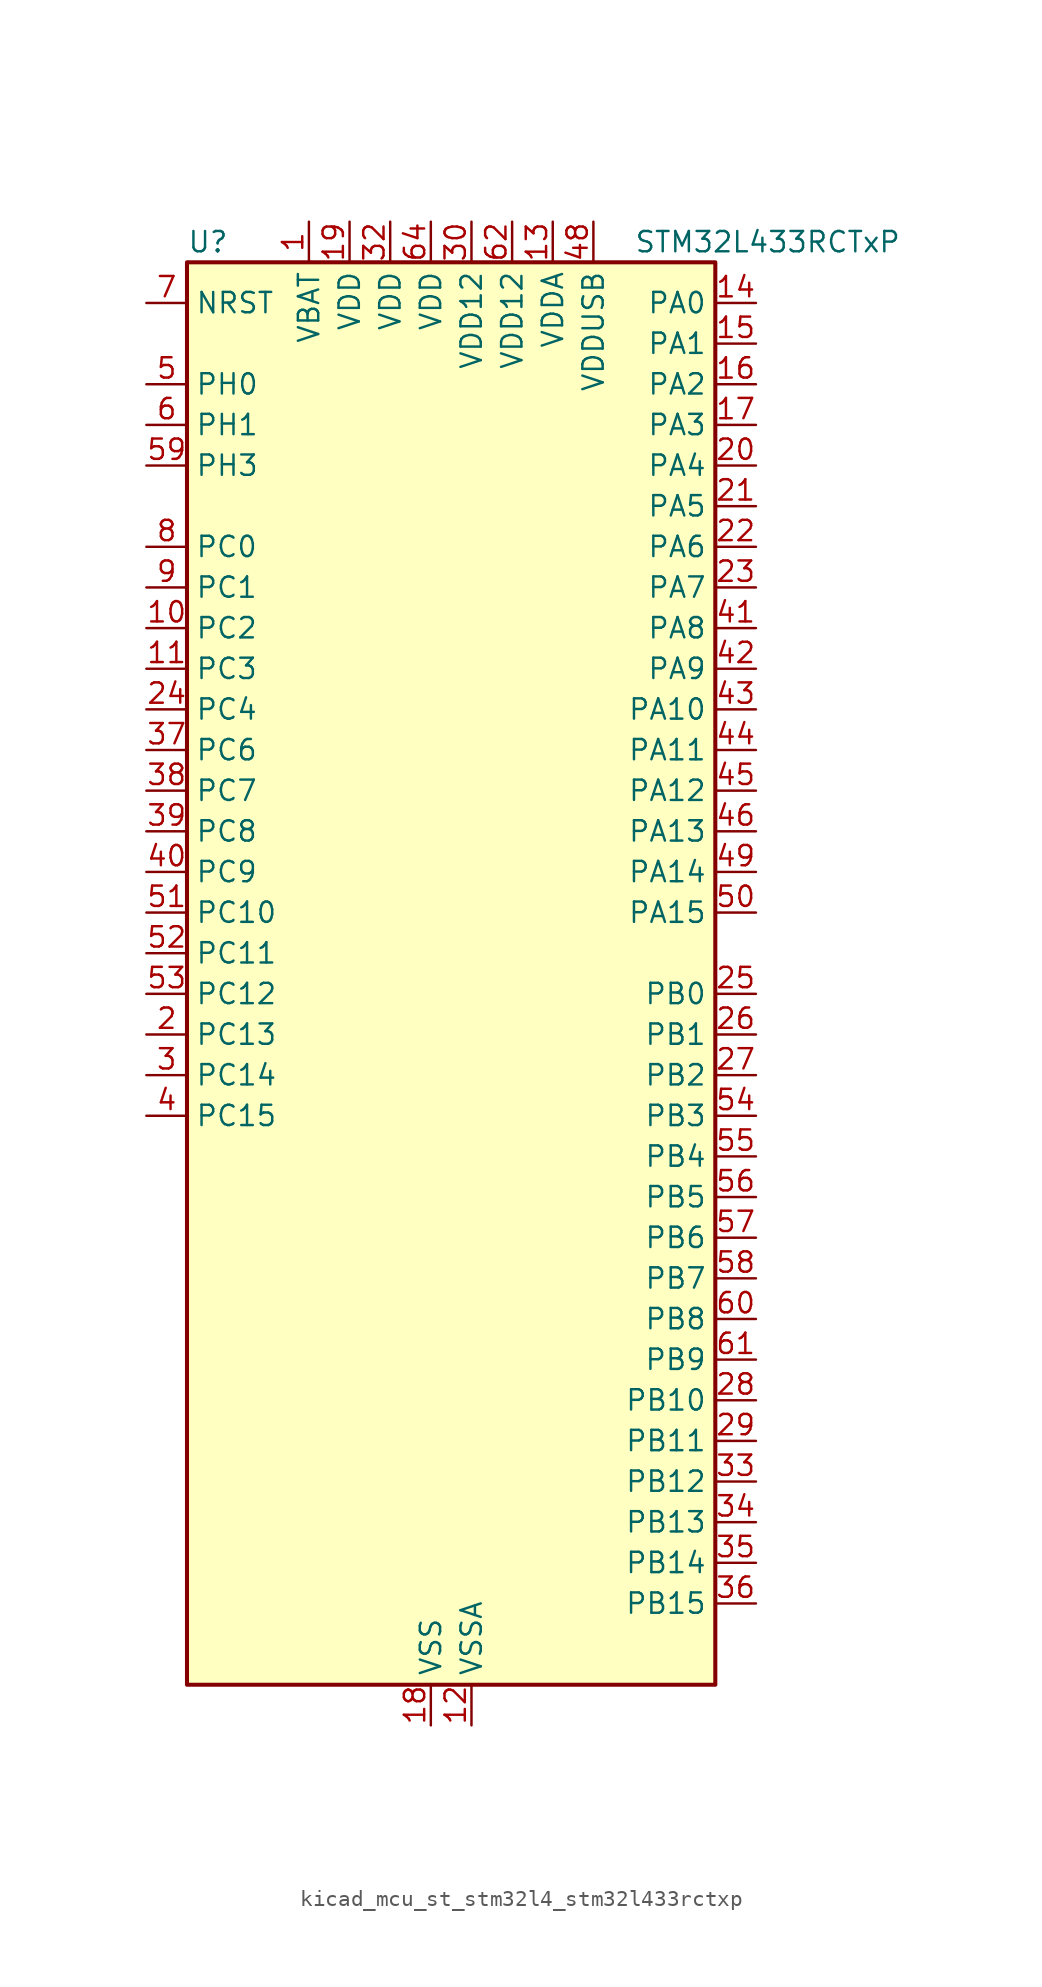
<source format=kicad_sym>
(kicad_symbol_lib
  (version 20220914)
  (generator kicad_symbol_editor)
  (symbol "kicad_mcu_st_stm32l4_stm32l433rctxp"
    (property "Reference" "U"
      (at -15.24 46.99 0)
      (effects (font (size 1.27 1.27)) (justify left)))
    (property "Value" "STM32L433RCTxP"
      (at 12.7 46.99 0)
      (effects (font (size 1.27 1.27)) (justify left)))
    (property "ki_locked" ""
      (at 0 0 0)
      (effects (font (size 1.27 1.27))))
    (symbol "kicad_mcu_st_stm32l4_stm32l433rctxp_0_1"
      (rectangle (start -15.24 -43.18) (end 17.78 45.72) (stroke (width 0.254) (type default)) (fill (type background))))
    (symbol "kicad_mcu_st_stm32l4_stm32l433rctxp_1_1"
      (pin power_in line (at -7.62 48.26 270) (length 2.54) (name "VBAT" (effects (font (size 1.27 1.27)))) (number "1" (effects (font (size 1.27 1.27)))))
      (pin bidirectional line (at -17.78 22.86 0) (length 2.54) (name "PC2" (effects (font (size 1.27 1.27)))) (number "10" (effects (font (size 1.27 1.27)))) (alternate "ADC1_IN3" bidirectional line) (alternate "LCD_SEG20" bidirectional line) (alternate "LPTIM1_IN2" bidirectional line) (alternate "SPI2_MISO" bidirectional line))
      (pin bidirectional line (at -17.78 20.32 0) (length 2.54) (name "PC3" (effects (font (size 1.27 1.27)))) (number "11" (effects (font (size 1.27 1.27)))) (alternate "ADC1_IN4" bidirectional line) (alternate "LCD_VLCD" bidirectional line) (alternate "LPTIM1_ETR" bidirectional line) (alternate "LPTIM2_ETR" bidirectional line) (alternate "SAI1_SD_A" bidirectional line) (alternate "SPI2_MOSI" bidirectional line))
      (pin power_in line (at 2.54 -45.72 90) (length 2.54) (name "VSSA" (effects (font (size 1.27 1.27)))) (number "12" (effects (font (size 1.27 1.27)))))
      (pin power_in line (at 7.62 48.26 270) (length 2.54) (name "VDDA" (effects (font (size 1.27 1.27)))) (number "13" (effects (font (size 1.27 1.27)))))
      (pin bidirectional line (at 20.32 43.18 180) (length 2.54) (name "PA0" (effects (font (size 1.27 1.27)))) (number "14" (effects (font (size 1.27 1.27)))) (alternate "ADC1_IN5" bidirectional line) (alternate "COMP1_INM" bidirectional line) (alternate "COMP1_OUT" bidirectional line) (alternate "OPAMP1_VINP" bidirectional line) (alternate "RTC_TAMP2" bidirectional line) (alternate "SAI1_EXTCLK" bidirectional line) (alternate "SYS_WKUP1" bidirectional line) (alternate "TIM2_CH1" bidirectional line) (alternate "TIM2_ETR" bidirectional line) (alternate "USART2_CTS" bidirectional line))
      (pin bidirectional line (at 20.32 40.64 180) (length 2.54) (name "PA1" (effects (font (size 1.27 1.27)))) (number "15" (effects (font (size 1.27 1.27)))) (alternate "ADC1_IN6" bidirectional line) (alternate "COMP1_INP" bidirectional line) (alternate "I2C1_SMBA" bidirectional line) (alternate "LCD_SEG0" bidirectional line) (alternate "OPAMP1_VINM" bidirectional line) (alternate "SPI1_SCK" bidirectional line) (alternate "TIM15_CH1N" bidirectional line) (alternate "TIM2_CH2" bidirectional line) (alternate "USART2_DE" bidirectional line) (alternate "USART2_RTS" bidirectional line))
      (pin bidirectional line (at 20.32 38.1 180) (length 2.54) (name "PA2" (effects (font (size 1.27 1.27)))) (number "16" (effects (font (size 1.27 1.27)))) (alternate "ADC1_IN7" bidirectional line) (alternate "COMP2_INM" bidirectional line) (alternate "COMP2_OUT" bidirectional line) (alternate "LCD_SEG1" bidirectional line) (alternate "LPUART1_TX" bidirectional line) (alternate "QUADSPI_BK1_NCS" bidirectional line) (alternate "RCC_LSCO" bidirectional line) (alternate "SYS_WKUP4" bidirectional line) (alternate "TIM15_CH1" bidirectional line) (alternate "TIM2_CH3" bidirectional line) (alternate "USART2_TX" bidirectional line))
      (pin bidirectional line (at 20.32 35.56 180) (length 2.54) (name "PA3" (effects (font (size 1.27 1.27)))) (number "17" (effects (font (size 1.27 1.27)))) (alternate "ADC1_IN8" bidirectional line) (alternate "COMP2_INP" bidirectional line) (alternate "LCD_SEG2" bidirectional line) (alternate "LPUART1_RX" bidirectional line) (alternate "OPAMP1_VOUT" bidirectional line) (alternate "QUADSPI_CLK" bidirectional line) (alternate "SAI1_MCLK_A" bidirectional line) (alternate "TIM15_CH2" bidirectional line) (alternate "TIM2_CH4" bidirectional line) (alternate "USART2_RX" bidirectional line))
      (pin power_in line (at 0 -45.72 90) (length 2.54) (name "VSS" (effects (font (size 1.27 1.27)))) (number "18" (effects (font (size 1.27 1.27)))))
      (pin power_in line (at -5.08 48.26 270) (length 2.54) (name "VDD" (effects (font (size 1.27 1.27)))) (number "19" (effects (font (size 1.27 1.27)))))
      (pin bidirectional line (at -17.78 -2.54 0) (length 2.54) (name "PC13" (effects (font (size 1.27 1.27)))) (number "2" (effects (font (size 1.27 1.27)))) (alternate "RTC_OUT_ALARM" bidirectional line) (alternate "RTC_OUT_CALIB" bidirectional line) (alternate "RTC_TAMP1" bidirectional line) (alternate "RTC_TS" bidirectional line) (alternate "SYS_WKUP2" bidirectional line))
      (pin bidirectional line (at 20.32 33.02 180) (length 2.54) (name "PA4" (effects (font (size 1.27 1.27)))) (number "20" (effects (font (size 1.27 1.27)))) (alternate "ADC1_IN9" bidirectional line) (alternate "COMP1_INM" bidirectional line) (alternate "COMP2_INM" bidirectional line) (alternate "DAC1_OUT1" bidirectional line) (alternate "LPTIM2_OUT" bidirectional line) (alternate "SAI1_FS_B" bidirectional line) (alternate "SPI1_NSS" bidirectional line) (alternate "SPI3_NSS" bidirectional line) (alternate "USART2_CK" bidirectional line))
      (pin bidirectional line (at 20.32 30.48 180) (length 2.54) (name "PA5" (effects (font (size 1.27 1.27)))) (number "21" (effects (font (size 1.27 1.27)))) (alternate "ADC1_IN10" bidirectional line) (alternate "COMP1_INM" bidirectional line) (alternate "COMP2_INM" bidirectional line) (alternate "DAC1_OUT2" bidirectional line) (alternate "LPTIM2_ETR" bidirectional line) (alternate "SPI1_SCK" bidirectional line) (alternate "TIM2_CH1" bidirectional line) (alternate "TIM2_ETR" bidirectional line))
      (pin bidirectional line (at 20.32 27.94 180) (length 2.54) (name "PA6" (effects (font (size 1.27 1.27)))) (number "22" (effects (font (size 1.27 1.27)))) (alternate "ADC1_IN11" bidirectional line) (alternate "COMP1_OUT" bidirectional line) (alternate "LCD_SEG3" bidirectional line) (alternate "LPUART1_CTS" bidirectional line) (alternate "QUADSPI_BK1_IO3" bidirectional line) (alternate "SPI1_MISO" bidirectional line) (alternate "TIM16_CH1" bidirectional line) (alternate "TIM1_BKIN" bidirectional line) (alternate "TIM1_BKIN_COMP2" bidirectional line) (alternate "USART3_CTS" bidirectional line))
      (pin bidirectional line (at 20.32 25.4 180) (length 2.54) (name "PA7" (effects (font (size 1.27 1.27)))) (number "23" (effects (font (size 1.27 1.27)))) (alternate "ADC1_IN12" bidirectional line) (alternate "COMP2_OUT" bidirectional line) (alternate "I2C3_SCL" bidirectional line) (alternate "LCD_SEG4" bidirectional line) (alternate "QUADSPI_BK1_IO2" bidirectional line) (alternate "SPI1_MOSI" bidirectional line) (alternate "TIM1_CH1N" bidirectional line))
      (pin bidirectional line (at -17.78 17.78 0) (length 2.54) (name "PC4" (effects (font (size 1.27 1.27)))) (number "24" (effects (font (size 1.27 1.27)))) (alternate "ADC1_IN13" bidirectional line) (alternate "COMP1_INM" bidirectional line) (alternate "LCD_SEG22" bidirectional line) (alternate "USART3_TX" bidirectional line))
      (pin bidirectional line (at 20.32 0 180) (length 2.54) (name "PB0" (effects (font (size 1.27 1.27)))) (number "25" (effects (font (size 1.27 1.27)))) (alternate "ADC1_IN15" bidirectional line) (alternate "COMP1_OUT" bidirectional line) (alternate "LCD_SEG5" bidirectional line) (alternate "QUADSPI_BK1_IO1" bidirectional line) (alternate "SAI1_EXTCLK" bidirectional line) (alternate "SPI1_NSS" bidirectional line) (alternate "TIM1_CH2N" bidirectional line) (alternate "USART3_CK" bidirectional line))
      (pin bidirectional line (at 20.32 -2.54 180) (length 2.54) (name "PB1" (effects (font (size 1.27 1.27)))) (number "26" (effects (font (size 1.27 1.27)))) (alternate "ADC1_IN16" bidirectional line) (alternate "COMP1_INM" bidirectional line) (alternate "LCD_SEG6" bidirectional line) (alternate "LPTIM2_IN1" bidirectional line) (alternate "LPUART1_DE" bidirectional line) (alternate "LPUART1_RTS" bidirectional line) (alternate "QUADSPI_BK1_IO0" bidirectional line) (alternate "TIM1_CH3N" bidirectional line) (alternate "USART3_DE" bidirectional line) (alternate "USART3_RTS" bidirectional line))
      (pin bidirectional line (at 20.32 -5.08 180) (length 2.54) (name "PB2" (effects (font (size 1.27 1.27)))) (number "27" (effects (font (size 1.27 1.27)))) (alternate "COMP1_INP" bidirectional line) (alternate "I2C3_SMBA" bidirectional line) (alternate "LCD_VLCD" bidirectional line) (alternate "LPTIM1_OUT" bidirectional line) (alternate "RTC_OUT_ALARM" bidirectional line) (alternate "RTC_OUT_CALIB" bidirectional line))
      (pin bidirectional line (at 20.32 -25.4 180) (length 2.54) (name "PB10" (effects (font (size 1.27 1.27)))) (number "28" (effects (font (size 1.27 1.27)))) (alternate "COMP1_OUT" bidirectional line) (alternate "I2C2_SCL" bidirectional line) (alternate "LCD_SEG10" bidirectional line) (alternate "LPUART1_RX" bidirectional line) (alternate "QUADSPI_CLK" bidirectional line) (alternate "SAI1_SCK_A" bidirectional line) (alternate "SPI2_SCK" bidirectional line) (alternate "TIM2_CH3" bidirectional line) (alternate "TSC_SYNC" bidirectional line) (alternate "USART3_TX" bidirectional line))
      (pin bidirectional line (at 20.32 -27.94 180) (length 2.54) (name "PB11" (effects (font (size 1.27 1.27)))) (number "29" (effects (font (size 1.27 1.27)))) (alternate "ADC1_EXTI11" bidirectional line) (alternate "COMP2_OUT" bidirectional line) (alternate "I2C2_SDA" bidirectional line) (alternate "LCD_SEG11" bidirectional line) (alternate "LPUART1_TX" bidirectional line) (alternate "QUADSPI_BK1_NCS" bidirectional line) (alternate "TIM2_CH4" bidirectional line) (alternate "USART3_RX" bidirectional line))
      (pin bidirectional line (at -17.78 -5.08 0) (length 2.54) (name "PC14" (effects (font (size 1.27 1.27)))) (number "3" (effects (font (size 1.27 1.27)))) (alternate "RCC_OSC32_IN" bidirectional line))
      (pin power_in line (at 2.54 48.26 270) (length 2.54) (name "VDD12" (effects (font (size 1.27 1.27)))) (number "30" (effects (font (size 1.27 1.27)))))
      (pin passive line (at 0 -45.72 90) (length 2.54) hide (name "VSS" (effects (font (size 1.27 1.27)))) (number "31" (effects (font (size 1.27 1.27)))))
      (pin power_in line (at -2.54 48.26 270) (length 2.54) (name "VDD" (effects (font (size 1.27 1.27)))) (number "32" (effects (font (size 1.27 1.27)))))
      (pin bidirectional line (at 20.32 -30.48 180) (length 2.54) (name "PB12" (effects (font (size 1.27 1.27)))) (number "33" (effects (font (size 1.27 1.27)))) (alternate "I2C2_SMBA" bidirectional line) (alternate "LCD_SEG12" bidirectional line) (alternate "LPUART1_DE" bidirectional line) (alternate "LPUART1_RTS" bidirectional line) (alternate "SAI1_FS_A" bidirectional line) (alternate "SPI2_NSS" bidirectional line) (alternate "SWPMI1_IO" bidirectional line) (alternate "TIM15_BKIN" bidirectional line) (alternate "TIM1_BKIN" bidirectional line) (alternate "TIM1_BKIN_COMP2" bidirectional line) (alternate "TSC_G1_IO1" bidirectional line) (alternate "USART3_CK" bidirectional line))
      (pin bidirectional line (at 20.32 -33.02 180) (length 2.54) (name "PB13" (effects (font (size 1.27 1.27)))) (number "34" (effects (font (size 1.27 1.27)))) (alternate "I2C2_SCL" bidirectional line) (alternate "LCD_SEG13" bidirectional line) (alternate "LPUART1_CTS" bidirectional line) (alternate "SAI1_SCK_A" bidirectional line) (alternate "SPI2_SCK" bidirectional line) (alternate "SWPMI1_TX" bidirectional line) (alternate "TIM15_CH1N" bidirectional line) (alternate "TIM1_CH1N" bidirectional line) (alternate "TSC_G1_IO2" bidirectional line) (alternate "USART3_CTS" bidirectional line))
      (pin bidirectional line (at 20.32 -35.56 180) (length 2.54) (name "PB14" (effects (font (size 1.27 1.27)))) (number "35" (effects (font (size 1.27 1.27)))) (alternate "I2C2_SDA" bidirectional line) (alternate "LCD_SEG14" bidirectional line) (alternate "SAI1_MCLK_A" bidirectional line) (alternate "SPI2_MISO" bidirectional line) (alternate "SWPMI1_RX" bidirectional line) (alternate "TIM15_CH1" bidirectional line) (alternate "TIM1_CH2N" bidirectional line) (alternate "TSC_G1_IO3" bidirectional line) (alternate "USART3_DE" bidirectional line) (alternate "USART3_RTS" bidirectional line))
      (pin bidirectional line (at 20.32 -38.1 180) (length 2.54) (name "PB15" (effects (font (size 1.27 1.27)))) (number "36" (effects (font (size 1.27 1.27)))) (alternate "ADC1_EXTI15" bidirectional line) (alternate "LCD_SEG15" bidirectional line) (alternate "RTC_REFIN" bidirectional line) (alternate "SAI1_SD_A" bidirectional line) (alternate "SPI2_MOSI" bidirectional line) (alternate "SWPMI1_SUSPEND" bidirectional line) (alternate "TIM15_CH2" bidirectional line) (alternate "TIM1_CH3N" bidirectional line) (alternate "TSC_G1_IO4" bidirectional line))
      (pin bidirectional line (at -17.78 15.24 0) (length 2.54) (name "PC6" (effects (font (size 1.27 1.27)))) (number "37" (effects (font (size 1.27 1.27)))) (alternate "LCD_SEG24" bidirectional line) (alternate "TSC_G4_IO1" bidirectional line))
      (pin bidirectional line (at -17.78 12.7 0) (length 2.54) (name "PC7" (effects (font (size 1.27 1.27)))) (number "38" (effects (font (size 1.27 1.27)))) (alternate "LCD_SEG25" bidirectional line) (alternate "TSC_G4_IO2" bidirectional line))
      (pin bidirectional line (at -17.78 10.16 0) (length 2.54) (name "PC8" (effects (font (size 1.27 1.27)))) (number "39" (effects (font (size 1.27 1.27)))) (alternate "LCD_SEG26" bidirectional line) (alternate "TSC_G4_IO3" bidirectional line))
      (pin bidirectional line (at -17.78 -7.62 0) (length 2.54) (name "PC15" (effects (font (size 1.27 1.27)))) (number "4" (effects (font (size 1.27 1.27)))) (alternate "ADC1_EXTI15" bidirectional line) (alternate "RCC_OSC32_OUT" bidirectional line))
      (pin bidirectional line (at -17.78 7.62 0) (length 2.54) (name "PC9" (effects (font (size 1.27 1.27)))) (number "40" (effects (font (size 1.27 1.27)))) (alternate "DAC1_EXTI9" bidirectional line) (alternate "LCD_SEG27" bidirectional line) (alternate "TSC_G4_IO4" bidirectional line) (alternate "USB_NOE" bidirectional line))
      (pin bidirectional line (at 20.32 22.86 180) (length 2.54) (name "PA8" (effects (font (size 1.27 1.27)))) (number "41" (effects (font (size 1.27 1.27)))) (alternate "LCD_COM0" bidirectional line) (alternate "LPTIM2_OUT" bidirectional line) (alternate "RCC_MCO" bidirectional line) (alternate "SAI1_SCK_A" bidirectional line) (alternate "SWPMI1_IO" bidirectional line) (alternate "TIM1_CH1" bidirectional line) (alternate "USART1_CK" bidirectional line))
      (pin bidirectional line (at 20.32 20.32 180) (length 2.54) (name "PA9" (effects (font (size 1.27 1.27)))) (number "42" (effects (font (size 1.27 1.27)))) (alternate "DAC1_EXTI9" bidirectional line) (alternate "I2C1_SCL" bidirectional line) (alternate "LCD_COM1" bidirectional line) (alternate "SAI1_FS_A" bidirectional line) (alternate "TIM15_BKIN" bidirectional line) (alternate "TIM1_CH2" bidirectional line) (alternate "USART1_TX" bidirectional line))
      (pin bidirectional line (at 20.32 17.78 180) (length 2.54) (name "PA10" (effects (font (size 1.27 1.27)))) (number "43" (effects (font (size 1.27 1.27)))) (alternate "CRS_SYNC" bidirectional line) (alternate "I2C1_SDA" bidirectional line) (alternate "LCD_COM2" bidirectional line) (alternate "SAI1_SD_A" bidirectional line) (alternate "TIM1_CH3" bidirectional line) (alternate "USART1_RX" bidirectional line))
      (pin bidirectional line (at 20.32 15.24 180) (length 2.54) (name "PA11" (effects (font (size 1.27 1.27)))) (number "44" (effects (font (size 1.27 1.27)))) (alternate "ADC1_EXTI11" bidirectional line) (alternate "CAN1_RX" bidirectional line) (alternate "COMP1_OUT" bidirectional line) (alternate "SPI1_MISO" bidirectional line) (alternate "TIM1_BKIN2" bidirectional line) (alternate "TIM1_BKIN2_COMP1" bidirectional line) (alternate "TIM1_CH4" bidirectional line) (alternate "USART1_CTS" bidirectional line) (alternate "USB_DM" bidirectional line))
      (pin bidirectional line (at 20.32 12.7 180) (length 2.54) (name "PA12" (effects (font (size 1.27 1.27)))) (number "45" (effects (font (size 1.27 1.27)))) (alternate "CAN1_TX" bidirectional line) (alternate "SPI1_MOSI" bidirectional line) (alternate "TIM1_ETR" bidirectional line) (alternate "USART1_DE" bidirectional line) (alternate "USART1_RTS" bidirectional line) (alternate "USB_DP" bidirectional line))
      (pin bidirectional line (at 20.32 10.16 180) (length 2.54) (name "PA13" (effects (font (size 1.27 1.27)))) (number "46" (effects (font (size 1.27 1.27)))) (alternate "IR_OUT" bidirectional line) (alternate "SAI1_SD_B" bidirectional line) (alternate "SWPMI1_TX" bidirectional line) (alternate "SYS_JTMS-SWDIO" bidirectional line) (alternate "USB_NOE" bidirectional line))
      (pin passive line (at 0 -45.72 90) (length 2.54) hide (name "VSS" (effects (font (size 1.27 1.27)))) (number "47" (effects (font (size 1.27 1.27)))))
      (pin power_in line (at 10.16 48.26 270) (length 2.54) (name "VDDUSB" (effects (font (size 1.27 1.27)))) (number "48" (effects (font (size 1.27 1.27)))))
      (pin bidirectional line (at 20.32 7.62 180) (length 2.54) (name "PA14" (effects (font (size 1.27 1.27)))) (number "49" (effects (font (size 1.27 1.27)))) (alternate "I2C1_SMBA" bidirectional line) (alternate "LPTIM1_OUT" bidirectional line) (alternate "SAI1_FS_B" bidirectional line) (alternate "SWPMI1_RX" bidirectional line) (alternate "SYS_JTCK-SWCLK" bidirectional line))
      (pin bidirectional line (at -17.78 38.1 0) (length 2.54) (name "PH0" (effects (font (size 1.27 1.27)))) (number "5" (effects (font (size 1.27 1.27)))) (alternate "RCC_OSC_IN" bidirectional line))
      (pin bidirectional line (at 20.32 5.08 180) (length 2.54) (name "PA15" (effects (font (size 1.27 1.27)))) (number "50" (effects (font (size 1.27 1.27)))) (alternate "ADC1_EXTI15" bidirectional line) (alternate "LCD_SEG17" bidirectional line) (alternate "SPI1_NSS" bidirectional line) (alternate "SPI3_NSS" bidirectional line) (alternate "SWPMI1_SUSPEND" bidirectional line) (alternate "SYS_JTDI" bidirectional line) (alternate "TIM2_CH1" bidirectional line) (alternate "TIM2_ETR" bidirectional line) (alternate "TSC_G3_IO1" bidirectional line) (alternate "USART2_RX" bidirectional line) (alternate "USART3_DE" bidirectional line) (alternate "USART3_RTS" bidirectional line))
      (pin bidirectional line (at -17.78 5.08 0) (length 2.54) (name "PC10" (effects (font (size 1.27 1.27)))) (number "51" (effects (font (size 1.27 1.27)))) (alternate "LCD_COM4" bidirectional line) (alternate "LCD_SEG28" bidirectional line) (alternate "LCD_SEG40" bidirectional line) (alternate "SPI3_SCK" bidirectional line) (alternate "TSC_G3_IO2" bidirectional line) (alternate "USART3_TX" bidirectional line))
      (pin bidirectional line (at -17.78 2.54 0) (length 2.54) (name "PC11" (effects (font (size 1.27 1.27)))) (number "52" (effects (font (size 1.27 1.27)))) (alternate "ADC1_EXTI11" bidirectional line) (alternate "LCD_COM5" bidirectional line) (alternate "LCD_SEG29" bidirectional line) (alternate "LCD_SEG41" bidirectional line) (alternate "SPI3_MISO" bidirectional line) (alternate "TSC_G3_IO3" bidirectional line) (alternate "USART3_RX" bidirectional line))
      (pin bidirectional line (at -17.78 0 0) (length 2.54) (name "PC12" (effects (font (size 1.27 1.27)))) (number "53" (effects (font (size 1.27 1.27)))) (alternate "LCD_COM6" bidirectional line) (alternate "LCD_SEG30" bidirectional line) (alternate "LCD_SEG42" bidirectional line) (alternate "SPI3_MOSI" bidirectional line) (alternate "TSC_G3_IO4" bidirectional line) (alternate "USART3_CK" bidirectional line))
      (pin bidirectional line (at 20.32 -7.62 180) (length 2.54) (name "PB3" (effects (font (size 1.27 1.27)))) (number "54" (effects (font (size 1.27 1.27)))) (alternate "COMP2_INM" bidirectional line) (alternate "LCD_SEG7" bidirectional line) (alternate "SAI1_SCK_B" bidirectional line) (alternate "SPI1_SCK" bidirectional line) (alternate "SPI3_SCK" bidirectional line) (alternate "SYS_JTDO-SWO" bidirectional line) (alternate "TIM2_CH2" bidirectional line) (alternate "USART1_DE" bidirectional line) (alternate "USART1_RTS" bidirectional line))
      (pin bidirectional line (at 20.32 -10.16 180) (length 2.54) (name "PB4" (effects (font (size 1.27 1.27)))) (number "55" (effects (font (size 1.27 1.27)))) (alternate "COMP2_INP" bidirectional line) (alternate "I2C3_SDA" bidirectional line) (alternate "LCD_SEG8" bidirectional line) (alternate "SAI1_MCLK_B" bidirectional line) (alternate "SPI1_MISO" bidirectional line) (alternate "SPI3_MISO" bidirectional line) (alternate "SYS_JTRST" bidirectional line) (alternate "TSC_G2_IO1" bidirectional line) (alternate "USART1_CTS" bidirectional line))
      (pin bidirectional line (at 20.32 -12.7 180) (length 2.54) (name "PB5" (effects (font (size 1.27 1.27)))) (number "56" (effects (font (size 1.27 1.27)))) (alternate "COMP2_OUT" bidirectional line) (alternate "I2C1_SMBA" bidirectional line) (alternate "LCD_SEG9" bidirectional line) (alternate "LPTIM1_IN1" bidirectional line) (alternate "SAI1_SD_B" bidirectional line) (alternate "SPI1_MOSI" bidirectional line) (alternate "SPI3_MOSI" bidirectional line) (alternate "TIM16_BKIN" bidirectional line) (alternate "TSC_G2_IO2" bidirectional line) (alternate "USART1_CK" bidirectional line))
      (pin bidirectional line (at 20.32 -15.24 180) (length 2.54) (name "PB6" (effects (font (size 1.27 1.27)))) (number "57" (effects (font (size 1.27 1.27)))) (alternate "COMP2_INP" bidirectional line) (alternate "I2C1_SCL" bidirectional line) (alternate "LPTIM1_ETR" bidirectional line) (alternate "SAI1_FS_B" bidirectional line) (alternate "TIM16_CH1N" bidirectional line) (alternate "TSC_G2_IO3" bidirectional line) (alternate "USART1_TX" bidirectional line))
      (pin bidirectional line (at 20.32 -17.78 180) (length 2.54) (name "PB7" (effects (font (size 1.27 1.27)))) (number "58" (effects (font (size 1.27 1.27)))) (alternate "COMP2_INM" bidirectional line) (alternate "I2C1_SDA" bidirectional line) (alternate "LCD_SEG21" bidirectional line) (alternate "LPTIM1_IN2" bidirectional line) (alternate "SYS_PVD_IN" bidirectional line) (alternate "TSC_G2_IO4" bidirectional line) (alternate "USART1_RX" bidirectional line))
      (pin bidirectional line (at -17.78 33.02 0) (length 2.54) (name "PH3" (effects (font (size 1.27 1.27)))) (number "59" (effects (font (size 1.27 1.27)))))
      (pin bidirectional line (at -17.78 35.56 0) (length 2.54) (name "PH1" (effects (font (size 1.27 1.27)))) (number "6" (effects (font (size 1.27 1.27)))) (alternate "RCC_OSC_OUT" bidirectional line))
      (pin bidirectional line (at 20.32 -20.32 180) (length 2.54) (name "PB8" (effects (font (size 1.27 1.27)))) (number "60" (effects (font (size 1.27 1.27)))) (alternate "CAN1_RX" bidirectional line) (alternate "I2C1_SCL" bidirectional line) (alternate "LCD_SEG16" bidirectional line) (alternate "SAI1_MCLK_A" bidirectional line) (alternate "TIM16_CH1" bidirectional line))
      (pin bidirectional line (at 20.32 -22.86 180) (length 2.54) (name "PB9" (effects (font (size 1.27 1.27)))) (number "61" (effects (font (size 1.27 1.27)))) (alternate "CAN1_TX" bidirectional line) (alternate "DAC1_EXTI9" bidirectional line) (alternate "I2C1_SDA" bidirectional line) (alternate "IR_OUT" bidirectional line) (alternate "LCD_COM3" bidirectional line) (alternate "SAI1_FS_A" bidirectional line) (alternate "SPI2_NSS" bidirectional line))
      (pin power_in line (at 5.08 48.26 270) (length 2.54) (name "VDD12" (effects (font (size 1.27 1.27)))) (number "62" (effects (font (size 1.27 1.27)))))
      (pin passive line (at 0 -45.72 90) (length 2.54) hide (name "VSS" (effects (font (size 1.27 1.27)))) (number "63" (effects (font (size 1.27 1.27)))))
      (pin power_in line (at 0 48.26 270) (length 2.54) (name "VDD" (effects (font (size 1.27 1.27)))) (number "64" (effects (font (size 1.27 1.27)))))
      (pin input line (at -17.78 43.18 0) (length 2.54) (name "NRST" (effects (font (size 1.27 1.27)))) (number "7" (effects (font (size 1.27 1.27)))))
      (pin bidirectional line (at -17.78 27.94 0) (length 2.54) (name "PC0" (effects (font (size 1.27 1.27)))) (number "8" (effects (font (size 1.27 1.27)))) (alternate "ADC1_IN1" bidirectional line) (alternate "I2C3_SCL" bidirectional line) (alternate "LCD_SEG18" bidirectional line) (alternate "LPTIM1_IN1" bidirectional line) (alternate "LPTIM2_IN1" bidirectional line) (alternate "LPUART1_RX" bidirectional line))
      (pin bidirectional line (at -17.78 25.4 0) (length 2.54) (name "PC1" (effects (font (size 1.27 1.27)))) (number "9" (effects (font (size 1.27 1.27)))) (alternate "ADC1_IN2" bidirectional line) (alternate "I2C3_SDA" bidirectional line) (alternate "LCD_SEG19" bidirectional line) (alternate "LPTIM1_OUT" bidirectional line) (alternate "LPUART1_TX" bidirectional line)))))
</source>
